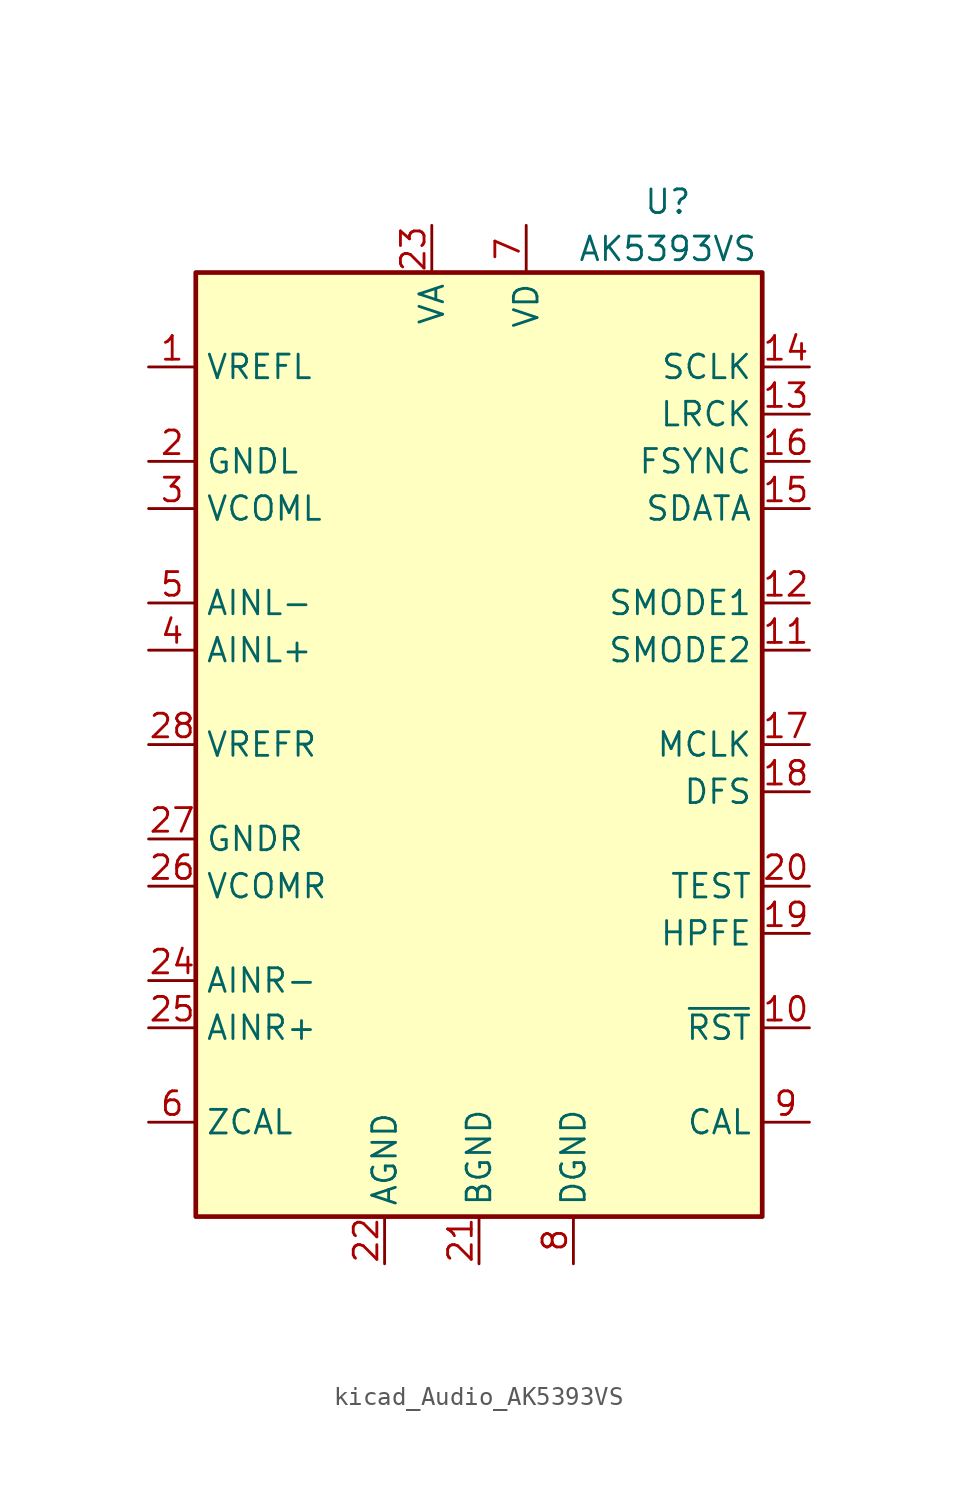
<source format=kicad_sym>
(kicad_symbol_lib
  (version 20220914)
  (generator kicad_symbol_editor)
  (symbol "kicad_Audio_AK5393VS"
    (property "Reference" "U"
      (at 10.16 29.21 0)
      (effects (font (size 1.27 1.27))))
    (property "Value" "AK5393VS"
      (at 10.16 26.67 0)
      (effects (font (size 1.27 1.27))))
    (symbol "kicad_Audio_AK5393VS_0_1"
      (rectangle (start -15.24 25.4) (end 15.24 -25.4) (stroke (width 0.254) (type default)) (fill (type background))))
    (symbol "kicad_Audio_AK5393VS_1_1"
      (pin output line (at -17.78 20.32 0) (length 2.54) (name "VREFL" (effects (font (size 1.27 1.27)))) (number "1" (effects (font (size 1.27 1.27)))))
      (pin input line (at 17.78 -15.24 180) (length 2.54) (name "~{RST}" (effects (font (size 1.27 1.27)))) (number "10" (effects (font (size 1.27 1.27)))))
      (pin input line (at 17.78 5.08 180) (length 2.54) (name "SMODE2" (effects (font (size 1.27 1.27)))) (number "11" (effects (font (size 1.27 1.27)))))
      (pin input line (at 17.78 7.62 180) (length 2.54) (name "SMODE1" (effects (font (size 1.27 1.27)))) (number "12" (effects (font (size 1.27 1.27)))))
      (pin bidirectional line (at 17.78 17.78 180) (length 2.54) (name "LRCK" (effects (font (size 1.27 1.27)))) (number "13" (effects (font (size 1.27 1.27)))))
      (pin bidirectional line (at 17.78 20.32 180) (length 2.54) (name "SCLK" (effects (font (size 1.27 1.27)))) (number "14" (effects (font (size 1.27 1.27)))))
      (pin output line (at 17.78 12.7 180) (length 2.54) (name "SDATA" (effects (font (size 1.27 1.27)))) (number "15" (effects (font (size 1.27 1.27)))))
      (pin bidirectional line (at 17.78 15.24 180) (length 2.54) (name "FSYNC" (effects (font (size 1.27 1.27)))) (number "16" (effects (font (size 1.27 1.27)))))
      (pin input line (at 17.78 0 180) (length 2.54) (name "MCLK" (effects (font (size 1.27 1.27)))) (number "17" (effects (font (size 1.27 1.27)))))
      (pin input line (at 17.78 -2.54 180) (length 2.54) (name "DFS" (effects (font (size 1.27 1.27)))) (number "18" (effects (font (size 1.27 1.27)))))
      (pin input line (at 17.78 -10.16 180) (length 2.54) (name "HPFE" (effects (font (size 1.27 1.27)))) (number "19" (effects (font (size 1.27 1.27)))))
      (pin power_in line (at -17.78 15.24 0) (length 2.54) (name "GNDL" (effects (font (size 1.27 1.27)))) (number "2" (effects (font (size 1.27 1.27)))))
      (pin input line (at 17.78 -7.62 180) (length 2.54) (name "TEST" (effects (font (size 1.27 1.27)))) (number "20" (effects (font (size 1.27 1.27)))))
      (pin power_in line (at 0 -27.94 90) (length 2.54) (name "BGND" (effects (font (size 1.27 1.27)))) (number "21" (effects (font (size 1.27 1.27)))))
      (pin power_in line (at -5.08 -27.94 90) (length 2.54) (name "AGND" (effects (font (size 1.27 1.27)))) (number "22" (effects (font (size 1.27 1.27)))))
      (pin power_in line (at -2.54 27.94 270) (length 2.54) (name "VA" (effects (font (size 1.27 1.27)))) (number "23" (effects (font (size 1.27 1.27)))))
      (pin input line (at -17.78 -12.7 0) (length 2.54) (name "AINR-" (effects (font (size 1.27 1.27)))) (number "24" (effects (font (size 1.27 1.27)))))
      (pin input line (at -17.78 -15.24 0) (length 2.54) (name "AINR+" (effects (font (size 1.27 1.27)))) (number "25" (effects (font (size 1.27 1.27)))))
      (pin output line (at -17.78 -7.62 0) (length 2.54) (name "VCOMR" (effects (font (size 1.27 1.27)))) (number "26" (effects (font (size 1.27 1.27)))))
      (pin output line (at -17.78 -5.08 0) (length 2.54) (name "GNDR" (effects (font (size 1.27 1.27)))) (number "27" (effects (font (size 1.27 1.27)))))
      (pin output line (at -17.78 0 0) (length 2.54) (name "VREFR" (effects (font (size 1.27 1.27)))) (number "28" (effects (font (size 1.27 1.27)))))
      (pin output line (at -17.78 12.7 0) (length 2.54) (name "VCOML" (effects (font (size 1.27 1.27)))) (number "3" (effects (font (size 1.27 1.27)))))
      (pin input line (at -17.78 5.08 0) (length 2.54) (name "AINL+" (effects (font (size 1.27 1.27)))) (number "4" (effects (font (size 1.27 1.27)))))
      (pin input line (at -17.78 7.62 0) (length 2.54) (name "AINL-" (effects (font (size 1.27 1.27)))) (number "5" (effects (font (size 1.27 1.27)))))
      (pin input line (at -17.78 -20.32 0) (length 2.54) (name "ZCAL" (effects (font (size 1.27 1.27)))) (number "6" (effects (font (size 1.27 1.27)))))
      (pin power_in line (at 2.54 27.94 270) (length 2.54) (name "VD" (effects (font (size 1.27 1.27)))) (number "7" (effects (font (size 1.27 1.27)))))
      (pin power_in line (at 5.08 -27.94 90) (length 2.54) (name "DGND" (effects (font (size 1.27 1.27)))) (number "8" (effects (font (size 1.27 1.27)))))
      (pin output line (at 17.78 -20.32 180) (length 2.54) (name "CAL" (effects (font (size 1.27 1.27)))) (number "9" (effects (font (size 1.27 1.27))))))))
</source>
